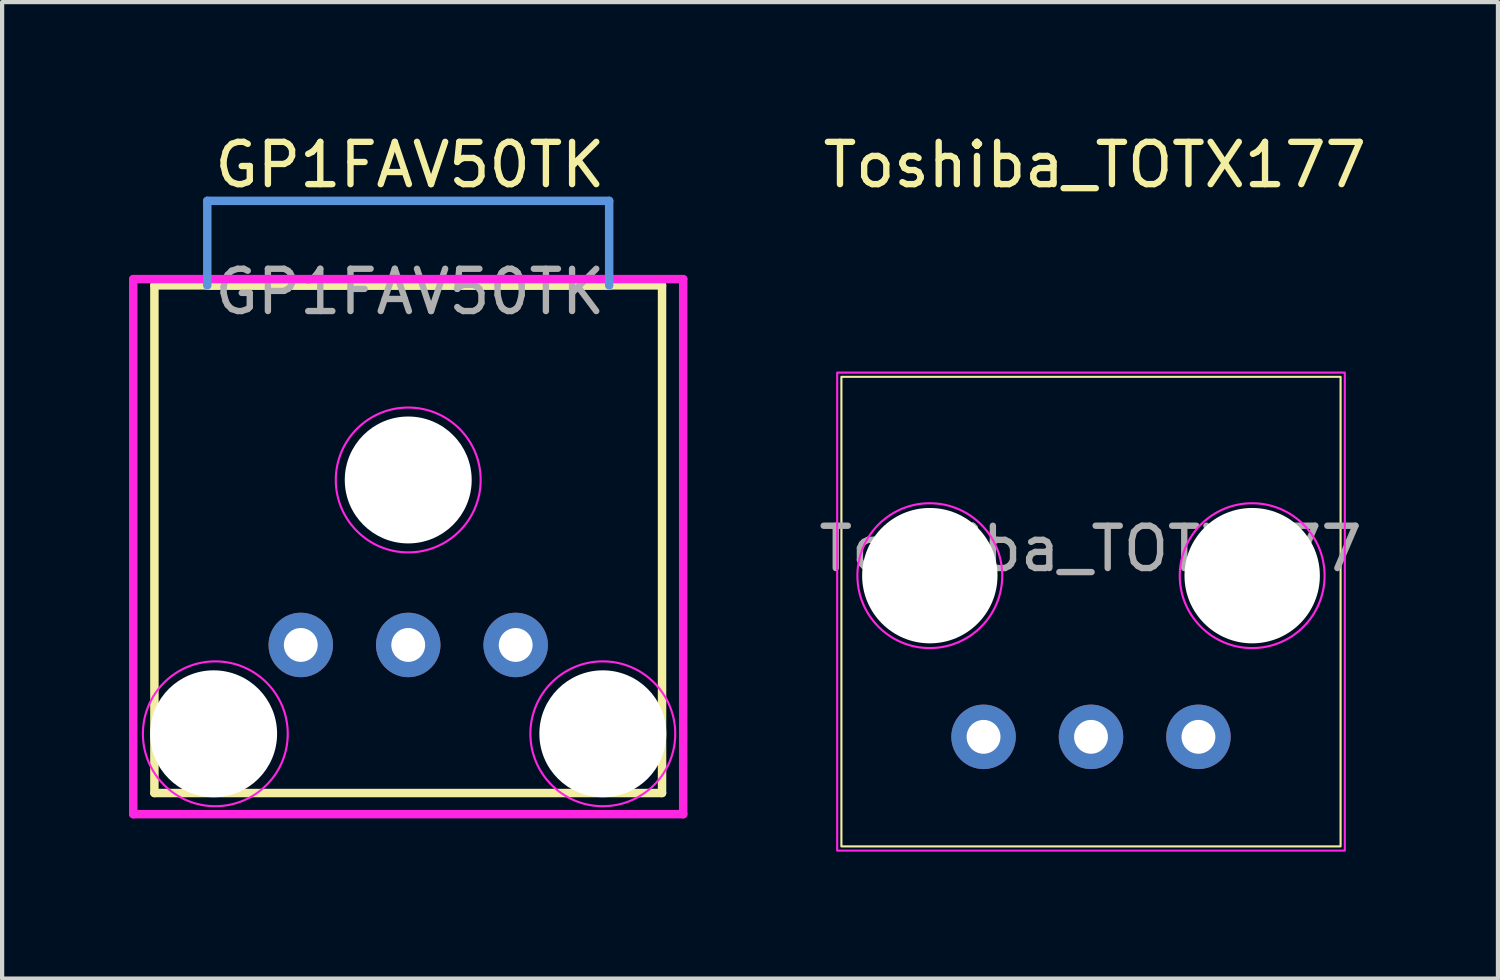
<source format=kicad_pcb>
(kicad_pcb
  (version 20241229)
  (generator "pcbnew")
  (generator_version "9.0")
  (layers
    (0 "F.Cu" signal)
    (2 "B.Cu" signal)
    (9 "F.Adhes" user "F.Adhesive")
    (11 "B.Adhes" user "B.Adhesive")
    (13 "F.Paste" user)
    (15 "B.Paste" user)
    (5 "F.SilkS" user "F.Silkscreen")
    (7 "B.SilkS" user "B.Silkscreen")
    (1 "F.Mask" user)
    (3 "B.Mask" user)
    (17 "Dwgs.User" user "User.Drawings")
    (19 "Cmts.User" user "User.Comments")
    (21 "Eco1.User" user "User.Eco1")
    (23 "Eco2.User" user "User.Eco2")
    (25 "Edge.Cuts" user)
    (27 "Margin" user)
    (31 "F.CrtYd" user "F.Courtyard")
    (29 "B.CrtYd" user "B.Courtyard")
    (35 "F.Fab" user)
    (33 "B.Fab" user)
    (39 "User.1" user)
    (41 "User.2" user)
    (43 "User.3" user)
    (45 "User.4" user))
  (footprint "GP1FAV50TK"
    (layer "F.Cu")
    (at 6.64 1.348)
    (property "Reference" "GP1FAV50TK" (at 0 -0.5 0) (unlocked yes) (layer "F.SilkS") (effects (font (size 1 1) (thickness 0.15))))
    (attr through_hole)
    (fp_line (start -6.04 2.348) (end -6.04 14.348) (stroke (width 0.2) (type solid)) (layer "F.SilkS"))
    (fp_line (start -6.04 14.348) (end 5.96 14.348) (stroke (width 0.2) (type solid)) (layer "F.SilkS"))
    (fp_line (start 4.71 2.348) (end -4.79 2.348) (stroke (width 0.2) (type solid)) (layer "F.SilkS"))
    (fp_line (start 4.71 2.348) (end -4.79 2.348) (stroke (width 0.2) (type solid)) (layer "F.SilkS"))
    (fp_line (start 5.96 2.348) (end -6.04 2.348) (stroke (width 0.2) (type solid)) (layer "F.SilkS"))
    (fp_line (start 5.96 14.348) (end 5.96 2.348) (stroke (width 0.2) (type solid)) (layer "F.SilkS"))
    (fp_line (start -4.79 0.35) (end 4.71 0.35) (stroke (width 0.2) (type solid)) (layer "Cmts.User"))
    (fp_line (start -4.79 2.348) (end -4.79 0.35) (stroke (width 0.2) (type solid)) (layer "Cmts.User"))
    (fp_line (start 4.71 0.35) (end 4.71 2.348) (stroke (width 0.2) (type solid)) (layer "Cmts.User"))
    (fp_line (start -6.54 2.2) (end -6.54 14.848) (stroke (width 0.2) (type solid)) (layer "F.CrtYd"))
    (fp_line (start -6.54 14.848) (end 6.46 14.848) (stroke (width 0.2) (type solid)) (layer "F.CrtYd"))
    (fp_line (start 6.46 2.2) (end -6.54 2.2) (stroke (width 0.2) (type solid)) (layer "F.CrtYd"))
    (fp_line (start 6.46 14.848) (end 6.46 2.2) (stroke (width 0.2) (type solid)) (layer "F.CrtYd"))
    (fp_circle (center -4.6 12.948) (end -2.888 12.948) (stroke (width 0.05) (type solid)) (fill no) (layer "F.CrtYd"))
    (fp_circle (center -0.04 6.948) (end 1.672 6.948) (stroke (width 0.05) (type solid)) (fill no) (layer "F.CrtYd"))
    (fp_circle (center 4.56 12.948) (end 6.272 12.948) (stroke (width 0.05) (type solid)) (fill no) (layer "F.CrtYd"))
    (fp_text user "${REFERENCE}" (at 0 2.5 0) (unlocked yes) (layer "F.Fab") (effects (font (size 1 1) (thickness 0.15))))
    (pad "" np_thru_hole circle (at -4.64 12.948) (size 3 3) (drill 3) (layers "*.Cu" "*.Mask"))
    (pad "" np_thru_hole circle (at -0.04 6.948) (size 3 3) (drill 3) (layers "*.Cu" "*.Mask"))
    (pad "" np_thru_hole circle (at 4.56 12.948) (size 3 3) (drill 3) (layers "*.Cu" "*.Mask"))
    (pad "1" thru_hole circle (at -2.58 10.848) (size 1.524 1.524) (drill 0.8) (layers "*.Cu" "*.Mask"))
    (pad "2" thru_hole circle (at -0.04 10.848) (size 1.524 1.524) (drill 0.8) (layers "*.Cu" "*.Mask"))
    (pad "3" thru_hole circle (at 2.5 10.848) (size 1.524 1.524) (drill 0.8) (layers "*.Cu" "*.Mask")))
  (footprint "Toshiba_TOTX177"
    (layer "F.Cu")
    (at 18.92 11.998)
    (property "Reference" "Toshiba_TOTX177" (at 3.91 -11.15 0) (layer "F.SilkS") (effects (font (size 1 1) (thickness 0.15))))
    (attr through_hole)
    (fp_rect (start -2.08 -6.14) (end 9.72 4.96) (stroke (width 0.05) (type solid)) (fill no) (layer "F.SilkS"))
    (fp_rect (start -2.18 -6.24) (end 9.82 5.06) (stroke (width 0.05) (type solid)) (fill no) (layer "F.CrtYd"))
    (fp_circle (center 0.01 -1.44) (end 1.72 -1.36) (stroke (width 0.05) (type solid)) (fill no) (layer "F.CrtYd"))
    (fp_circle (center 7.63 -1.44) (end 9.34 -1.36) (stroke (width 0.05) (type solid)) (fill no) (layer "F.CrtYd"))
    (fp_text user "${REFERENCE}" (at 3.81 -2.075 0) (layer "F.Fab") (effects (font (size 1 1) (thickness 0.15))))
    (pad "" np_thru_hole circle (at 0.01 -1.44) (size 3.2 3.2) (drill 3.2) (layers "*.Cu" "*.Mask"))
    (pad "" np_thru_hole circle (at 7.63 -1.44) (size 3.2 3.2) (drill 3.2) (layers "*.Cu" "*.Mask"))
    (pad "1" thru_hole circle (at 1.28 2.37) (size 1.524 1.524) (drill 0.8) (layers "*.Cu" "*.Mask"))
    (pad "2" thru_hole circle (at 3.82 2.37) (size 1.524 1.524) (drill 0.8) (layers "*.Cu" "*.Mask"))
    (pad "3" thru_hole circle (at 6.36 2.37) (size 1.524 1.524) (drill 0.8) (layers "*.Cu" "*.Mask")))
  (gr_rect
    (start -3 -3)
    (end 32.36 20.083)
    (stroke (width 0.1) (type default))
    (fill no)
    (layer "Edge.Cuts")))
</source>
